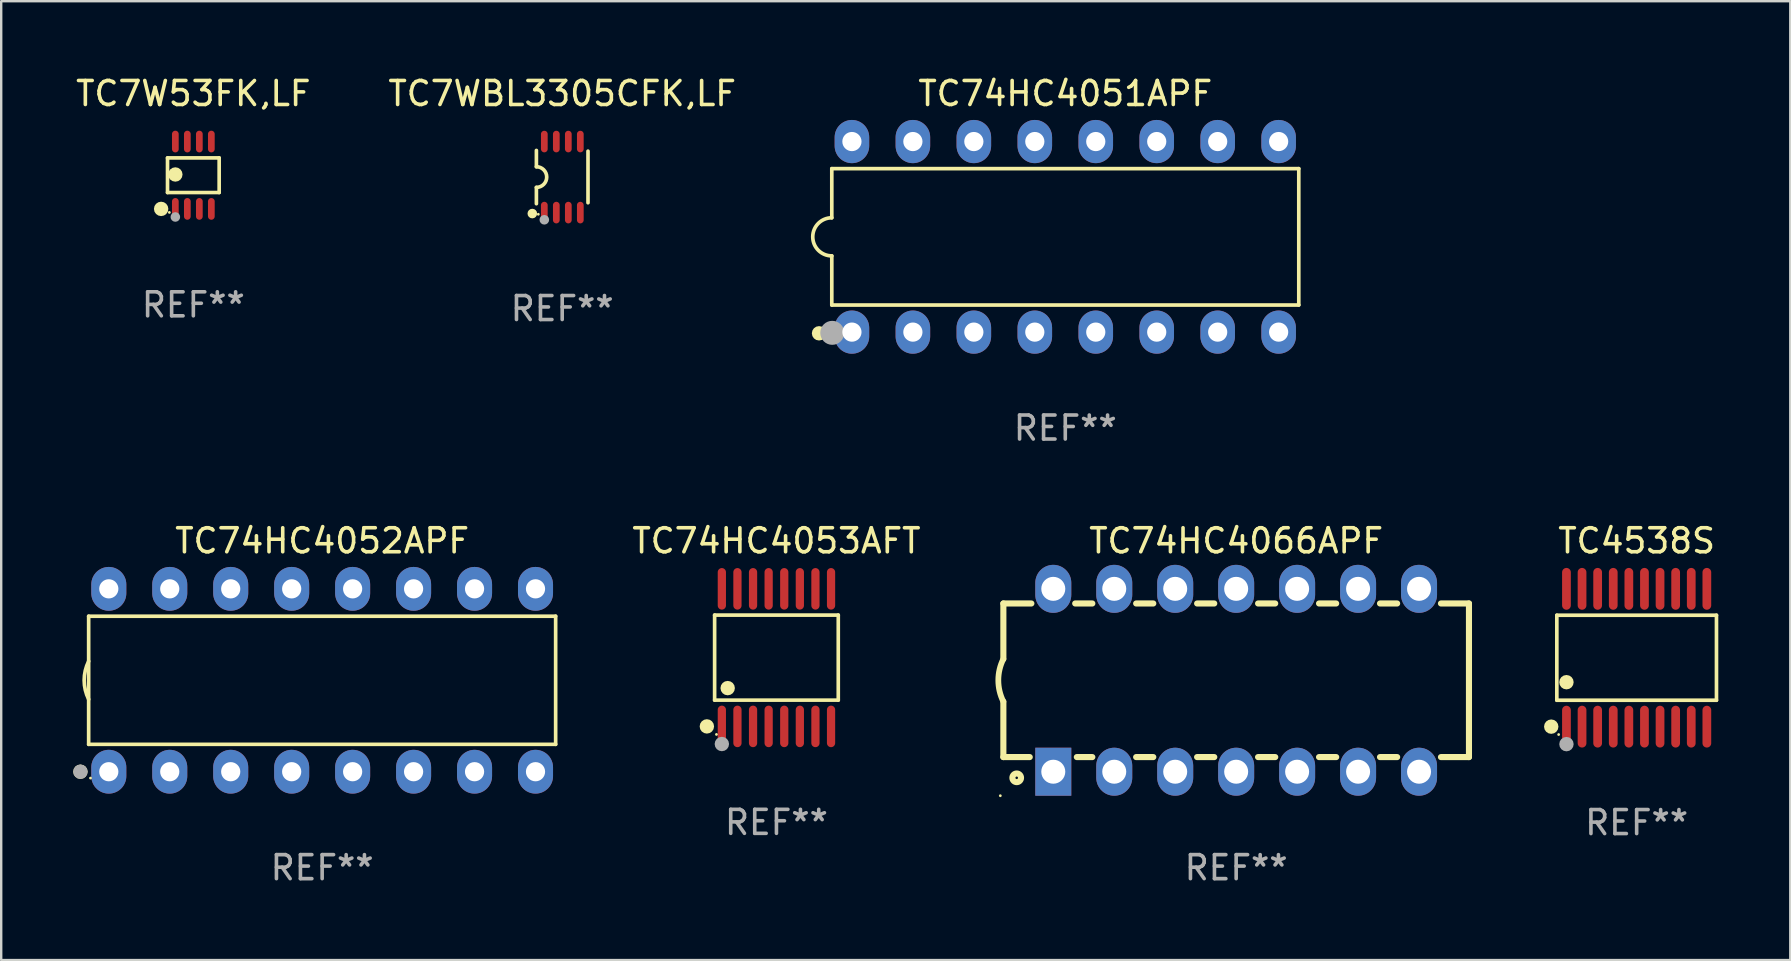
<source format=kicad_pcb>
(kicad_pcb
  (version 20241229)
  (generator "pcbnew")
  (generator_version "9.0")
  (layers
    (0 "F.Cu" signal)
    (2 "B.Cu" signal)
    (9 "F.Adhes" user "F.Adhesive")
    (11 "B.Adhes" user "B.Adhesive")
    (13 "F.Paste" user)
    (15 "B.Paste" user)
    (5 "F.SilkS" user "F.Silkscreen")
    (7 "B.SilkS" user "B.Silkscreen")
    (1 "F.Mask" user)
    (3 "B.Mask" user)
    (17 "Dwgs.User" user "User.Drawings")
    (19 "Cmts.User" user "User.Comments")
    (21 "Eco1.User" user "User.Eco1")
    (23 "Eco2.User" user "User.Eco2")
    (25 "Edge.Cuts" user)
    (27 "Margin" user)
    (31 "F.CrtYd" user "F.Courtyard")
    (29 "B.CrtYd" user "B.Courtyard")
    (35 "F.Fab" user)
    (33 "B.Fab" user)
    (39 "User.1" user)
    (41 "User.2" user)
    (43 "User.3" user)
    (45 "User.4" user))
  (footprint "TC7WBL3305CFK,LF"
    (layer "F.Cu")
    (at 20.375 4.328)
    (property "Reference" "TC7WBL3305CFK,LF" (at 0 -3.48 0) (layer "F.SilkS") (effects (font (size 1 1) (thickness 0.15))))
    (attr through_hole)
    (fp_line (start -1.075 -1.11) (end -1.075 -0.43) (stroke (width 0.152) (type solid)) (layer "F.SilkS"))
    (fp_line (start -1.075 1.11) (end -1.075 0.43) (stroke (width 0.152) (type solid)) (layer "F.SilkS"))
    (fp_line (start 1.075 -1.08) (end 1.075 1.07) (stroke (width 0.152) (type solid)) (layer "F.SilkS"))
    (fp_arc (start -1.075272 -0.430531) (mid -0.645021 -0.000431) (end -1.074994 0.429947) (stroke (width 0.151994) (type solid)) (layer "F.SilkS"))
    (fp_circle (center -1.245 1.52) (end -1.145 1.52) (stroke (width 0.2) (type solid)) (fill no) (layer "F.SilkS"))
    (fp_circle (center -0.995 1.55) (end -0.965 1.55) (stroke (width 0.06) (type solid)) (fill no) (layer "F.SilkS"))
    (fp_circle (center -0.745 1.78) (end -0.645 1.78) (stroke (width 0.2) (type solid)) (fill no) (layer "F.Fab"))
    (fp_text user "REF**" (at 0 5.48 0) (layer "F.Fab") (effects (font (size 1 1) (thickness 0.15))))
    (pad "1" smd oval (at -0.745 1.48) (size 0.28 0.9) (layers "F.Cu" "F.Mask" "F.Paste"))
    (pad "2" smd oval (at -0.245 1.48) (size 0.28 0.9) (layers "F.Cu" "F.Mask" "F.Paste"))
    (pad "3" smd oval (at 0.255 1.48) (size 0.28 0.9) (layers "F.Cu" "F.Mask" "F.Paste"))
    (pad "4" smd oval (at 0.755 1.48) (size 0.28 0.9) (layers "F.Cu" "F.Mask" "F.Paste"))
    (pad "5" smd oval (at 0.755 -1.48) (size 0.28 0.9) (layers "F.Cu" "F.Mask" "F.Paste"))
    (pad "6" smd oval (at 0.255 -1.48) (size 0.28 0.9) (layers "F.Cu" "F.Mask" "F.Paste"))
    (pad "7" smd oval (at -0.245 -1.48) (size 0.28 0.9) (layers "F.Cu" "F.Mask" "F.Paste"))
    (pad "8" smd oval (at -0.745 -1.48) (size 0.28 0.9) (layers "F.Cu" "F.Mask" "F.Paste")))
  (footprint "TC7W53FK,LF"
    (layer "F.Cu")
    (at 5.006 4.251)
    (property "Reference" "TC7W53FK,LF" (at 0 -3.403 0) (layer "F.SilkS") (effects (font (size 1 1) (thickness 0.15))))
    (attr through_hole)
    (fp_line (start -1.076 -0.721) (end 1.076 -0.721) (stroke (width 0.152) (type solid)) (layer "F.SilkS"))
    (fp_line (start -1.076 0.721) (end -1.076 -0.721) (stroke (width 0.152) (type solid)) (layer "F.SilkS"))
    (fp_line (start 1.076 -0.721) (end 1.076 0.721) (stroke (width 0.152) (type solid)) (layer "F.SilkS"))
    (fp_line (start 1.076 0.721) (end -1.076 0.721) (stroke (width 0.152) (type solid)) (layer "F.SilkS"))
    (fp_circle (center -1.342 1.403) (end -1.192 1.403) (stroke (width 0.3) (type solid)) (fill no) (layer "F.SilkS"))
    (fp_circle (center -1 1.55) (end -0.97 1.55) (stroke (width 0.06) (type solid)) (fill no) (layer "F.SilkS"))
    (fp_circle (center -0.75 -0.031) (end -0.6 -0.031) (stroke (width 0.3) (type solid)) (fill no) (layer "F.SilkS"))
    (fp_circle (center -0.75 1.74) (end -0.65 1.74) (stroke (width 0.2) (type solid)) (fill no) (layer "F.Fab"))
    (fp_text user "REF**" (at 0 5.403 0) (layer "F.Fab") (effects (font (size 1 1) (thickness 0.15))))
    (pad "1" smd oval (at -0.75 1.403) (size 0.28 0.905) (layers "F.Cu" "F.Mask" "F.Paste"))
    (pad "2" smd oval (at -0.25 1.403) (size 0.28 0.905) (layers "F.Cu" "F.Mask" "F.Paste"))
    (pad "3" smd oval (at 0.25 1.403) (size 0.28 0.905) (layers "F.Cu" "F.Mask" "F.Paste"))
    (pad "4" smd oval (at 0.75 1.403) (size 0.28 0.905) (layers "F.Cu" "F.Mask" "F.Paste"))
    (pad "5" smd oval (at 0.75 -1.403) (size 0.28 0.905) (layers "F.Cu" "F.Mask" "F.Paste"))
    (pad "6" smd oval (at 0.25 -1.403) (size 0.28 0.905) (layers "F.Cu" "F.Mask" "F.Paste"))
    (pad "7" smd oval (at -0.25 -1.403) (size 0.28 0.905) (layers "F.Cu" "F.Mask" "F.Paste"))
    (pad "8" smd oval (at -0.75 -1.403) (size 0.28 0.905) (layers "F.Cu" "F.Mask" "F.Paste")))
  (footprint "TC74HC4052APF"
    (layer "F.Cu")
    (at 10.373 25.295)
    (property "Reference" "TC74HC4052APF" (at 0 -5.81 0) (layer "F.SilkS") (effects (font (size 1 1) (thickness 0.15))))
    (attr through_hole)
    (fp_line (start -9.729 -2.669) (end 9.729 -2.669) (stroke (width 0.152) (type solid)) (layer "F.SilkS"))
    (fp_line (start -9.729 2.669) (end -9.729 -2.669) (stroke (width 0.152) (type solid)) (layer "F.SilkS"))
    (fp_line (start 9.729 -2.669) (end 9.729 2.669) (stroke (width 0.152) (type solid)) (layer "F.SilkS"))
    (fp_line (start 9.729 2.669) (end -9.729 2.669) (stroke (width 0.152) (type solid)) (layer "F.SilkS"))
    (fp_arc (start -9.728727 0.793751) (mid -9.916106 0) (end -9.728727 -0.793752) (stroke (width 0.1524) (type solid)) (layer "F.SilkS"))
    (fp_circle (center -10.072 3.81) (end -9.922 3.81) (stroke (width 0.3) (type solid)) (fill no) (layer "F.SilkS"))
    (fp_circle (center -9.653 4.075) (end -9.623 4.075) (stroke (width 0.06) (type solid)) (fill no) (layer "F.SilkS"))
    (fp_circle (center -10.072 3.81) (end -9.922 3.81) (stroke (width 0.3) (type solid)) (fill no) (layer "F.Fab"))
    (fp_text user "REF**" (at 0 7.81 0) (layer "F.Fab") (effects (font (size 1 1) (thickness 0.15))))
    (pad "1" thru_hole oval (at -8.89 3.81) (size 1.46 1.825) (drill 0.8) (layers "*.Cu" "*.Mask"))
    (pad "2" thru_hole oval (at -6.35 3.81) (size 1.46 1.825) (drill 0.8) (layers "*.Cu" "*.Mask"))
    (pad "3" thru_hole oval (at -3.81 3.81) (size 1.46 1.825) (drill 0.8) (layers "*.Cu" "*.Mask"))
    (pad "4" thru_hole oval (at -1.27 3.81) (size 1.46 1.825) (drill 0.8) (layers "*.Cu" "*.Mask"))
    (pad "5" thru_hole oval (at 1.27 3.81) (size 1.46 1.825) (drill 0.8) (layers "*.Cu" "*.Mask"))
    (pad "6" thru_hole oval (at 3.81 3.81) (size 1.46 1.825) (drill 0.8) (layers "*.Cu" "*.Mask"))
    (pad "7" thru_hole oval (at 6.35 3.81) (size 1.46 1.825) (drill 0.8) (layers "*.Cu" "*.Mask"))
    (pad "8" thru_hole oval (at 8.89 3.81) (size 1.46 1.825) (drill 0.8) (layers "*.Cu" "*.Mask"))
    (pad "9" thru_hole oval (at 8.89 -3.81) (size 1.46 1.825) (drill 0.8) (layers "*.Cu" "*.Mask"))
    (pad "10" thru_hole oval (at 6.35 -3.81) (size 1.46 1.825) (drill 0.8) (layers "*.Cu" "*.Mask"))
    (pad "11" thru_hole oval (at 3.81 -3.81) (size 1.46 1.825) (drill 0.8) (layers "*.Cu" "*.Mask"))
    (pad "12" thru_hole oval (at 1.27 -3.81) (size 1.46 1.825) (drill 0.8) (layers "*.Cu" "*.Mask"))
    (pad "13" thru_hole oval (at -1.27 -3.81) (size 1.46 1.825) (drill 0.8) (layers "*.Cu" "*.Mask"))
    (pad "14" thru_hole oval (at -3.81 -3.81) (size 1.46 1.825) (drill 0.8) (layers "*.Cu" "*.Mask"))
    (pad "15" thru_hole oval (at -6.35 -3.81) (size 1.46 1.825) (drill 0.8) (layers "*.Cu" "*.Mask"))
    (pad "16" thru_hole oval (at -8.89 -3.81) (size 1.46 1.825) (drill 0.8) (layers "*.Cu" "*.Mask")))
  (footprint "TC4538S"
    (layer "F.Cu")
    (at 65.144 24.356)
    (property "Reference" "TC4538S" (at 0 -4.871 0) (layer "F.SilkS") (effects (font (size 1 1) (thickness 0.15))))
    (attr through_hole)
    (fp_line (start -3.326 -1.771) (end 3.326 -1.771) (stroke (width 0.152) (type solid)) (layer "F.SilkS"))
    (fp_line (start -3.326 1.771) (end -3.326 -1.771) (stroke (width 0.152) (type solid)) (layer "F.SilkS"))
    (fp_line (start 3.326 -1.771) (end 3.326 1.771) (stroke (width 0.152) (type solid)) (layer "F.SilkS"))
    (fp_line (start 3.326 1.771) (end -3.326 1.771) (stroke (width 0.152) (type solid)) (layer "F.SilkS"))
    (fp_circle (center -3.559 2.871) (end -3.409 2.871) (stroke (width 0.3) (type solid)) (fill no) (layer "F.SilkS"))
    (fp_circle (center -3.25 3.2) (end -3.22 3.2) (stroke (width 0.06) (type solid)) (fill no) (layer "F.SilkS"))
    (fp_circle (center -2.925 1.019) (end -2.775 1.019) (stroke (width 0.3) (type solid)) (fill no) (layer "F.SilkS"))
    (fp_circle (center -2.925 3.6) (end -2.775 3.6) (stroke (width 0.3) (type solid)) (fill no) (layer "F.Fab"))
    (fp_text user "REF**" (at 0 6.871 0) (layer "F.Fab") (effects (font (size 1 1) (thickness 0.15))))
    (pad "1" smd oval (at -2.925 2.871) (size 0.364 1.742) (layers "F.Cu" "F.Mask" "F.Paste"))
    (pad "2" smd oval (at -2.275 2.871) (size 0.364 1.742) (layers "F.Cu" "F.Mask" "F.Paste"))
    (pad "3" smd oval (at -1.625 2.871) (size 0.364 1.742) (layers "F.Cu" "F.Mask" "F.Paste"))
    (pad "4" smd oval (at -0.975 2.871) (size 0.364 1.742) (layers "F.Cu" "F.Mask" "F.Paste"))
    (pad "5" smd oval (at -0.325 2.871) (size 0.364 1.742) (layers "F.Cu" "F.Mask" "F.Paste"))
    (pad "6" smd oval (at 0.325 2.871) (size 0.364 1.742) (layers "F.Cu" "F.Mask" "F.Paste"))
    (pad "7" smd oval (at 0.975 2.871) (size 0.364 1.742) (layers "F.Cu" "F.Mask" "F.Paste"))
    (pad "8" smd oval (at 1.625 2.871) (size 0.364 1.742) (layers "F.Cu" "F.Mask" "F.Paste"))
    (pad "9" smd oval (at 2.275 2.871) (size 0.364 1.742) (layers "F.Cu" "F.Mask" "F.Paste"))
    (pad "10" smd oval (at 2.925 2.871) (size 0.364 1.742) (layers "F.Cu" "F.Mask" "F.Paste"))
    (pad "11" smd oval (at 2.925 -2.871) (size 0.364 1.742) (layers "F.Cu" "F.Mask" "F.Paste"))
    (pad "12" smd oval (at 2.275 -2.871) (size 0.364 1.742) (layers "F.Cu" "F.Mask" "F.Paste"))
    (pad "13" smd oval (at 1.625 -2.871) (size 0.364 1.742) (layers "F.Cu" "F.Mask" "F.Paste"))
    (pad "14" smd oval (at 0.975 -2.871) (size 0.364 1.742) (layers "F.Cu" "F.Mask" "F.Paste"))
    (pad "15" smd oval (at 0.325 -2.871) (size 0.364 1.742) (layers "F.Cu" "F.Mask" "F.Paste"))
    (pad "16" smd oval (at -0.325 -2.871) (size 0.364 1.742) (layers "F.Cu" "F.Mask" "F.Paste"))
    (pad "17" smd oval (at -0.975 -2.871) (size 0.364 1.742) (layers "F.Cu" "F.Mask" "F.Paste"))
    (pad "18" smd oval (at -1.625 -2.871) (size 0.364 1.742) (layers "F.Cu" "F.Mask" "F.Paste"))
    (pad "19" smd oval (at -2.275 -2.871) (size 0.364 1.742) (layers "F.Cu" "F.Mask" "F.Paste"))
    (pad "20" smd oval (at -2.925 -2.871) (size 0.364 1.742) (layers "F.Cu" "F.Mask" "F.Paste")))
  (footprint "TC74HC4051APF"
    (layer "F.Cu")
    (at 41.337 6.818)
    (property "Reference" "TC74HC4051APF" (at 0 -5.97 0) (layer "F.SilkS") (effects (font (size 1 1) (thickness 0.15))))
    (attr through_hole)
    (fp_line (start -9.729 -2.841) (end -9.729 -0.794) (stroke (width 0.152) (type solid)) (layer "F.SilkS"))
    (fp_line (start -9.729 0.794) (end -9.729 2.841) (stroke (width 0.152) (type solid)) (layer "F.SilkS"))
    (fp_line (start -9.729 2.841) (end 9.729 2.841) (stroke (width 0.152) (type solid)) (layer "F.SilkS"))
    (fp_line (start 9.729 -2.841) (end -9.729 -2.841) (stroke (width 0.152) (type solid)) (layer "F.SilkS"))
    (fp_line (start 9.729 2.841) (end 9.729 -2.841) (stroke (width 0.152) (type solid)) (layer "F.SilkS"))
    (fp_arc (start -9.7287 0.793749) (mid -10.522449 0) (end -9.7287 -0.793749) (stroke (width 0.1524) (type solid)) (layer "F.SilkS"))
    (fp_circle (center -10.26 4.02) (end -10.11 4.02) (stroke (width 0.3) (type solid)) (fill no) (layer "F.SilkS"))
    (fp_circle (center -9.653 4.23) (end -9.623 4.23) (stroke (width 0.06) (type solid)) (fill no) (layer "F.SilkS"))
    (fp_circle (center -9.71 4) (end -9.46 4) (stroke (width 0.5) (type solid)) (fill no) (layer "F.Fab"))
    (fp_text user "REF**" (at 0 7.97 0) (layer "F.Fab") (effects (font (size 1 1) (thickness 0.15))))
    (pad "1" thru_hole oval (at -8.89 3.97) (size 1.44 1.8) (drill 0.8) (layers "*.Cu" "*.Mask"))
    (pad "2" thru_hole oval (at -6.35 3.97) (size 1.44 1.8) (drill 0.8) (layers "*.Cu" "*.Mask"))
    (pad "3" thru_hole oval (at -3.81 3.97) (size 1.44 1.8) (drill 0.8) (layers "*.Cu" "*.Mask"))
    (pad "4" thru_hole oval (at -1.27 3.97) (size 1.44 1.8) (drill 0.8) (layers "*.Cu" "*.Mask"))
    (pad "5" thru_hole oval (at 1.27 3.97) (size 1.44 1.8) (drill 0.8) (layers "*.Cu" "*.Mask"))
    (pad "6" thru_hole oval (at 3.81 3.97) (size 1.44 1.8) (drill 0.8) (layers "*.Cu" "*.Mask"))
    (pad "7" thru_hole oval (at 6.35 3.97) (size 1.44 1.8) (drill 0.8) (layers "*.Cu" "*.Mask"))
    (pad "8" thru_hole oval (at 8.89 3.97) (size 1.44 1.8) (drill 0.8) (layers "*.Cu" "*.Mask"))
    (pad "9" thru_hole oval (at 8.89 -3.97) (size 1.44 1.8) (drill 0.8) (layers "*.Cu" "*.Mask"))
    (pad "10" thru_hole oval (at 6.35 -3.97) (size 1.44 1.8) (drill 0.8) (layers "*.Cu" "*.Mask"))
    (pad "11" thru_hole oval (at 3.81 -3.97) (size 1.44 1.8) (drill 0.8) (layers "*.Cu" "*.Mask"))
    (pad "12" thru_hole oval (at 1.27 -3.97) (size 1.44 1.8) (drill 0.8) (layers "*.Cu" "*.Mask"))
    (pad "13" thru_hole oval (at -1.27 -3.97) (size 1.44 1.8) (drill 0.8) (layers "*.Cu" "*.Mask"))
    (pad "14" thru_hole oval (at -3.81 -3.97) (size 1.44 1.8) (drill 0.8) (layers "*.Cu" "*.Mask"))
    (pad "15" thru_hole oval (at -6.35 -3.97) (size 1.44 1.8) (drill 0.8) (layers "*.Cu" "*.Mask"))
    (pad "16" thru_hole oval (at -8.89 -3.97) (size 1.44 1.8) (drill 0.8) (layers "*.Cu" "*.Mask")))
  (footprint "TC74HC4053AFT"
    (layer "F.Cu")
    (at 29.302 24.351)
    (property "Reference" "TC74HC4053AFT" (at 0 -4.866 0) (layer "F.SilkS") (effects (font (size 1 1) (thickness 0.15))))
    (attr through_hole)
    (fp_line (start -2.576 -1.772) (end 2.576 -1.772) (stroke (width 0.152) (type solid)) (layer "F.SilkS"))
    (fp_line (start -2.576 1.771) (end -2.576 -1.772) (stroke (width 0.152) (type solid)) (layer "F.SilkS"))
    (fp_line (start 2.576 -1.772) (end 2.576 1.771) (stroke (width 0.152) (type solid)) (layer "F.SilkS"))
    (fp_line (start 2.576 1.771) (end -2.576 1.771) (stroke (width 0.152) (type solid)) (layer "F.SilkS"))
    (fp_circle (center -2.899 2.866) (end -2.749 2.866) (stroke (width 0.3) (type solid)) (fill no) (layer "F.SilkS"))
    (fp_circle (center -2.5 3.2) (end -2.47 3.2) (stroke (width 0.06) (type solid)) (fill no) (layer "F.SilkS"))
    (fp_circle (center -2.032 1.27) (end -1.882 1.27) (stroke (width 0.3) (type solid)) (fill no) (layer "F.SilkS"))
    (fp_circle (center -2.275 3.6) (end -2.125 3.6) (stroke (width 0.3) (type solid)) (fill no) (layer "F.Fab"))
    (fp_text user "REF**" (at 0 6.866 0) (layer "F.Fab") (effects (font (size 1 1) (thickness 0.15))))
    (pad "1" smd oval (at -2.275 2.866) (size 0.343 1.731) (layers "F.Cu" "F.Mask" "F.Paste"))
    (pad "2" smd oval (at -1.625 2.866) (size 0.343 1.731) (layers "F.Cu" "F.Mask" "F.Paste"))
    (pad "3" smd oval (at -0.975 2.866) (size 0.343 1.731) (layers "F.Cu" "F.Mask" "F.Paste"))
    (pad "4" smd oval (at -0.325 2.866) (size 0.343 1.731) (layers "F.Cu" "F.Mask" "F.Paste"))
    (pad "5" smd oval (at 0.325 2.866) (size 0.343 1.731) (layers "F.Cu" "F.Mask" "F.Paste"))
    (pad "6" smd oval (at 0.975 2.866) (size 0.343 1.731) (layers "F.Cu" "F.Mask" "F.Paste"))
    (pad "7" smd oval (at 1.625 2.866) (size 0.343 1.731) (layers "F.Cu" "F.Mask" "F.Paste"))
    (pad "8" smd oval (at 2.275 2.866) (size 0.343 1.731) (layers "F.Cu" "F.Mask" "F.Paste"))
    (pad "9" smd oval (at 2.275 -2.866) (size 0.343 1.731) (layers "F.Cu" "F.Mask" "F.Paste"))
    (pad "10" smd oval (at 1.625 -2.866) (size 0.343 1.731) (layers "F.Cu" "F.Mask" "F.Paste"))
    (pad "11" smd oval (at 0.975 -2.866) (size 0.343 1.731) (layers "F.Cu" "F.Mask" "F.Paste"))
    (pad "12" smd oval (at 0.325 -2.866) (size 0.343 1.731) (layers "F.Cu" "F.Mask" "F.Paste"))
    (pad "13" smd oval (at -0.325 -2.866) (size 0.343 1.731) (layers "F.Cu" "F.Mask" "F.Paste"))
    (pad "14" smd oval (at -0.975 -2.866) (size 0.343 1.731) (layers "F.Cu" "F.Mask" "F.Paste"))
    (pad "15" smd oval (at -1.625 -2.866) (size 0.343 1.731) (layers "F.Cu" "F.Mask" "F.Paste"))
    (pad "16" smd oval (at -2.275 -2.866) (size 0.343 1.731) (layers "F.Cu" "F.Mask" "F.Paste")))
  (footprint "TC74HC4066APF"
    (layer "F.Cu")
    (at 48.457 25.295)
    (property "Reference" "TC74HC4066APF" (at 0 -5.81 0) (layer "F.SilkS") (effects (font (size 1 1) (thickness 0.15))))
    (attr through_hole)
    (fp_line (start -9.7 -3.2) (end -9.7 -0.889) (stroke (width 0.254) (type solid)) (layer "F.SilkS"))
    (fp_line (start -9.7 -3.2) (end -8.533 -3.2) (stroke (width 0.254) (type solid)) (layer "F.SilkS"))
    (fp_line (start -9.7 3.2) (end -9.7 0.889) (stroke (width 0.254) (type solid)) (layer "F.SilkS"))
    (fp_line (start -9.7 3.2) (end -8.601 3.2) (stroke (width 0.254) (type solid)) (layer "F.SilkS"))
    (fp_line (start -6.707 -3.2) (end -5.993 -3.2) (stroke (width 0.254) (type solid)) (layer "F.SilkS"))
    (fp_line (start -6.639 3.2) (end -5.993 3.2) (stroke (width 0.254) (type solid)) (layer "F.SilkS"))
    (fp_line (start -4.168 3.2) (end -3.453 3.2) (stroke (width 0.254) (type solid)) (layer "F.SilkS"))
    (fp_line (start -4.167 -3.2) (end -3.453 -3.2) (stroke (width 0.254) (type solid)) (layer "F.SilkS"))
    (fp_line (start -1.628 3.2) (end -0.912 3.2) (stroke (width 0.254) (type solid)) (layer "F.SilkS"))
    (fp_line (start -1.627 -3.2) (end -0.913 -3.2) (stroke (width 0.254) (type solid)) (layer "F.SilkS"))
    (fp_line (start 0.912 3.2) (end 1.628 3.2) (stroke (width 0.254) (type solid)) (layer "F.SilkS"))
    (fp_line (start 0.913 -3.2) (end 1.627 -3.2) (stroke (width 0.254) (type solid)) (layer "F.SilkS"))
    (fp_line (start 3.453 3.2) (end 4.168 3.2) (stroke (width 0.254) (type solid)) (layer "F.SilkS"))
    (fp_line (start 3.453 -3.2) (end 4.167 -3.2) (stroke (width 0.254) (type solid)) (layer "F.SilkS"))
    (fp_line (start 5.993 3.2) (end 6.708 3.2) (stroke (width 0.254) (type solid)) (layer "F.SilkS"))
    (fp_line (start 5.993 -3.2) (end 6.707 -3.2) (stroke (width 0.254) (type solid)) (layer "F.SilkS"))
    (fp_line (start 8.533 3.2) (end 9.7 3.2) (stroke (width 0.254) (type solid)) (layer "F.SilkS"))
    (fp_line (start 8.533 -3.2) (end 9.7 -3.2) (stroke (width 0.254) (type solid)) (layer "F.SilkS"))
    (fp_line (start 9.7 3.2) (end 9.7 -3.2) (stroke (width 0.254) (type solid)) (layer "F.SilkS"))
    (fp_arc (start -9.699822 0.889002) (mid -9.909826 0.000048) (end -9.700229 -0.889002) (stroke (width 0.240005) (type solid)) (layer "F.SilkS"))
    (fp_circle (center -9.827 4.81) (end -9.797 4.81) (stroke (width 0.06) (type solid)) (fill no) (layer "F.SilkS"))
    (fp_circle (center -9.144 4.064) (end -8.964 4.064) (stroke (width 0.254) (type solid)) (fill no) (layer "F.SilkS"))
    (fp_text user "REF**" (at 0 7.81 0) (layer "F.Fab") (effects (font (size 1 1) (thickness 0.15))))
    (pad "1" thru_hole rect (at -7.62 3.81 90) (size 2 1.5) (drill 1) (layers "*.Cu" "*.Mask"))
    (pad "2" thru_hole oval (at -5.08 3.81 90) (size 2 1.5) (drill 1) (layers "*.Cu" "*.Mask"))
    (pad "3" thru_hole oval (at -2.54 3.81 90) (size 2 1.5) (drill 1) (layers "*.Cu" "*.Mask"))
    (pad "4" thru_hole oval (at 0 3.81 90) (size 2 1.5) (drill 1) (layers "*.Cu" "*.Mask"))
    (pad "5" thru_hole oval (at 2.54 3.81 90) (size 2 1.5) (drill 1) (layers "*.Cu" "*.Mask"))
    (pad "6" thru_hole oval (at 5.08 3.81 90) (size 2 1.5) (drill 1) (layers "*.Cu" "*.Mask"))
    (pad "7" thru_hole oval (at 7.62 3.81 90) (size 2 1.5) (drill 1) (layers "*.Cu" "*.Mask"))
    (pad "8" thru_hole oval (at 7.62 -3.81 90) (size 2 1.5) (drill 1) (layers "*.Cu" "*.Mask"))
    (pad "9" thru_hole oval (at 5.08 -3.81 90) (size 2 1.5) (drill 1) (layers "*.Cu" "*.Mask"))
    (pad "10" thru_hole oval (at 2.54 -3.81 90) (size 2 1.5) (drill 1) (layers "*.Cu" "*.Mask"))
    (pad "11" thru_hole oval (at 0 -3.81 90) (size 2 1.5) (drill 1) (layers "*.Cu" "*.Mask"))
    (pad "12" thru_hole oval (at -2.54 -3.81 90) (size 2 1.5) (drill 1) (layers "*.Cu" "*.Mask"))
    (pad "13" thru_hole oval (at -5.08 -3.81 90) (size 2 1.5) (drill 1) (layers "*.Cu" "*.Mask"))
    (pad "14" thru_hole oval (at -7.62 -3.81 90) (size 2 1.5) (drill 1) (layers "*.Cu" "*.Mask")))
  (gr_rect
    (start -3 -3)
    (end 71.546 36.953)
    (stroke (width 0.1) (type default))
    (fill no)
    (layer "Edge.Cuts")))
</source>
